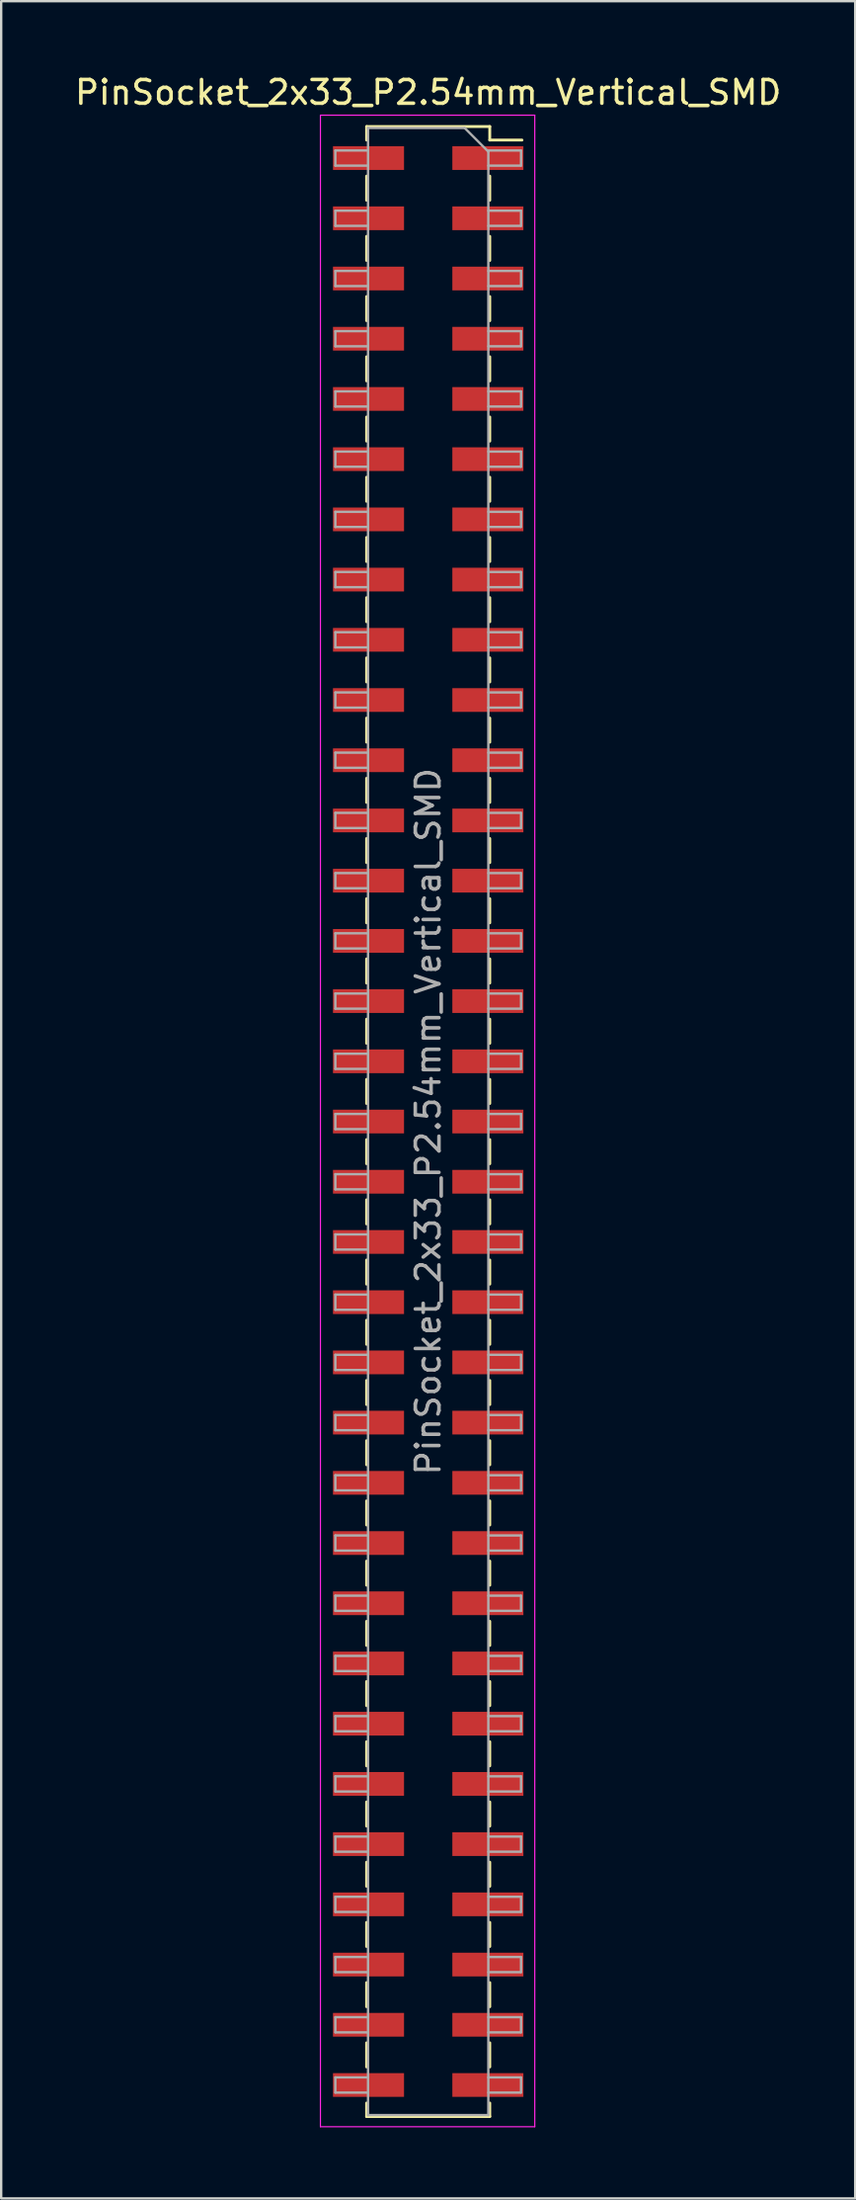
<source format=kicad_pcb>
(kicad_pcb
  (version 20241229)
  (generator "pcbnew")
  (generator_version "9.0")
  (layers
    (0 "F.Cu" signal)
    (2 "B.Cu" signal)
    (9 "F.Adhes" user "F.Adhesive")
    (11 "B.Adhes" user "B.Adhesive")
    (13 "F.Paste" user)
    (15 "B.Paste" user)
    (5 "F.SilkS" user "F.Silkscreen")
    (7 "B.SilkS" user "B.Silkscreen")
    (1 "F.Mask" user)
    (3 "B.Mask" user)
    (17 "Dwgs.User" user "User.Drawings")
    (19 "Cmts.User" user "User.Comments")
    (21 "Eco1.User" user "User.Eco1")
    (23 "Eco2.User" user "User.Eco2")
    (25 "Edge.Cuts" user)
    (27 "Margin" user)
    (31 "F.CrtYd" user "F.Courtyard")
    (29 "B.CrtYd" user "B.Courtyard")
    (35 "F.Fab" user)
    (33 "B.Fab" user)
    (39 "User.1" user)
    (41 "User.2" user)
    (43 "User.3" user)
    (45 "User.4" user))
  (footprint "PinSocket_2x33_P2.54mm_Vertical_SMD"
    (layer "F.Cu")
    (at 15.03 44.258)
    (property "Reference" "PinSocket_2x33_P2.54mm_Vertical_SMD" (at 0 -43.41 0) (layer "F.SilkS") (effects (font (size 1 1) (thickness 0.15))))
    (attr smd)
    (fp_line (start -2.6 -41.97) (end -2.6 -41.4) (stroke (width 0.12) (type solid)) (layer "F.SilkS"))
    (fp_line (start -2.6 -41.97) (end 2.6 -41.97) (stroke (width 0.12) (type solid)) (layer "F.SilkS"))
    (fp_line (start -2.6 -39.88) (end -2.6 -38.86) (stroke (width 0.12) (type solid)) (layer "F.SilkS"))
    (fp_line (start -2.6 -37.34) (end -2.6 -36.32) (stroke (width 0.12) (type solid)) (layer "F.SilkS"))
    (fp_line (start -2.6 -34.8) (end -2.6 -33.78) (stroke (width 0.12) (type solid)) (layer "F.SilkS"))
    (fp_line (start -2.6 -32.26) (end -2.6 -31.24) (stroke (width 0.12) (type solid)) (layer "F.SilkS"))
    (fp_line (start -2.6 -29.72) (end -2.6 -28.7) (stroke (width 0.12) (type solid)) (layer "F.SilkS"))
    (fp_line (start -2.6 -27.18) (end -2.6 -26.16) (stroke (width 0.12) (type solid)) (layer "F.SilkS"))
    (fp_line (start -2.6 -24.64) (end -2.6 -23.62) (stroke (width 0.12) (type solid)) (layer "F.SilkS"))
    (fp_line (start -2.6 -22.1) (end -2.6 -21.08) (stroke (width 0.12) (type solid)) (layer "F.SilkS"))
    (fp_line (start -2.6 -19.56) (end -2.6 -18.54) (stroke (width 0.12) (type solid)) (layer "F.SilkS"))
    (fp_line (start -2.6 -17.02) (end -2.6 -16) (stroke (width 0.12) (type solid)) (layer "F.SilkS"))
    (fp_line (start -2.6 -14.48) (end -2.6 -13.46) (stroke (width 0.12) (type solid)) (layer "F.SilkS"))
    (fp_line (start -2.6 -11.94) (end -2.6 -10.92) (stroke (width 0.12) (type solid)) (layer "F.SilkS"))
    (fp_line (start -2.6 -9.4) (end -2.6 -8.38) (stroke (width 0.12) (type solid)) (layer "F.SilkS"))
    (fp_line (start -2.6 -6.86) (end -2.6 -5.84) (stroke (width 0.12) (type solid)) (layer "F.SilkS"))
    (fp_line (start -2.6 -4.32) (end -2.6 -3.3) (stroke (width 0.12) (type solid)) (layer "F.SilkS"))
    (fp_line (start -2.6 -1.78) (end -2.6 -0.76) (stroke (width 0.12) (type solid)) (layer "F.SilkS"))
    (fp_line (start -2.6 0.76) (end -2.6 1.78) (stroke (width 0.12) (type solid)) (layer "F.SilkS"))
    (fp_line (start -2.6 3.3) (end -2.6 4.32) (stroke (width 0.12) (type solid)) (layer "F.SilkS"))
    (fp_line (start -2.6 5.84) (end -2.6 6.86) (stroke (width 0.12) (type solid)) (layer "F.SilkS"))
    (fp_line (start -2.6 8.38) (end -2.6 9.4) (stroke (width 0.12) (type solid)) (layer "F.SilkS"))
    (fp_line (start -2.6 10.92) (end -2.6 11.94) (stroke (width 0.12) (type solid)) (layer "F.SilkS"))
    (fp_line (start -2.6 13.46) (end -2.6 14.48) (stroke (width 0.12) (type solid)) (layer "F.SilkS"))
    (fp_line (start -2.6 16) (end -2.6 17.02) (stroke (width 0.12) (type solid)) (layer "F.SilkS"))
    (fp_line (start -2.6 18.54) (end -2.6 19.56) (stroke (width 0.12) (type solid)) (layer "F.SilkS"))
    (fp_line (start -2.6 21.08) (end -2.6 22.1) (stroke (width 0.12) (type solid)) (layer "F.SilkS"))
    (fp_line (start -2.6 23.62) (end -2.6 24.64) (stroke (width 0.12) (type solid)) (layer "F.SilkS"))
    (fp_line (start -2.6 26.16) (end -2.6 27.18) (stroke (width 0.12) (type solid)) (layer "F.SilkS"))
    (fp_line (start -2.6 28.7) (end -2.6 29.72) (stroke (width 0.12) (type solid)) (layer "F.SilkS"))
    (fp_line (start -2.6 31.24) (end -2.6 32.26) (stroke (width 0.12) (type solid)) (layer "F.SilkS"))
    (fp_line (start -2.6 33.78) (end -2.6 34.8) (stroke (width 0.12) (type solid)) (layer "F.SilkS"))
    (fp_line (start -2.6 36.32) (end -2.6 37.34) (stroke (width 0.12) (type solid)) (layer "F.SilkS"))
    (fp_line (start -2.6 38.86) (end -2.6 39.88) (stroke (width 0.12) (type solid)) (layer "F.SilkS"))
    (fp_line (start -2.6 41.4) (end -2.6 41.97) (stroke (width 0.12) (type solid)) (layer "F.SilkS"))
    (fp_line (start -2.6 41.97) (end 2.6 41.97) (stroke (width 0.12) (type solid)) (layer "F.SilkS"))
    (fp_line (start 2.6 -41.97) (end 2.6 -41.4) (stroke (width 0.12) (type solid)) (layer "F.SilkS"))
    (fp_line (start 2.6 -41.4) (end 3.96 -41.4) (stroke (width 0.12) (type solid)) (layer "F.SilkS"))
    (fp_line (start 2.6 -39.88) (end 2.6 -38.86) (stroke (width 0.12) (type solid)) (layer "F.SilkS"))
    (fp_line (start 2.6 -37.34) (end 2.6 -36.32) (stroke (width 0.12) (type solid)) (layer "F.SilkS"))
    (fp_line (start 2.6 -34.8) (end 2.6 -33.78) (stroke (width 0.12) (type solid)) (layer "F.SilkS"))
    (fp_line (start 2.6 -32.26) (end 2.6 -31.24) (stroke (width 0.12) (type solid)) (layer "F.SilkS"))
    (fp_line (start 2.6 -29.72) (end 2.6 -28.7) (stroke (width 0.12) (type solid)) (layer "F.SilkS"))
    (fp_line (start 2.6 -27.18) (end 2.6 -26.16) (stroke (width 0.12) (type solid)) (layer "F.SilkS"))
    (fp_line (start 2.6 -24.64) (end 2.6 -23.62) (stroke (width 0.12) (type solid)) (layer "F.SilkS"))
    (fp_line (start 2.6 -22.1) (end 2.6 -21.08) (stroke (width 0.12) (type solid)) (layer "F.SilkS"))
    (fp_line (start 2.6 -19.56) (end 2.6 -18.54) (stroke (width 0.12) (type solid)) (layer "F.SilkS"))
    (fp_line (start 2.6 -17.02) (end 2.6 -16) (stroke (width 0.12) (type solid)) (layer "F.SilkS"))
    (fp_line (start 2.6 -14.48) (end 2.6 -13.46) (stroke (width 0.12) (type solid)) (layer "F.SilkS"))
    (fp_line (start 2.6 -11.94) (end 2.6 -10.92) (stroke (width 0.12) (type solid)) (layer "F.SilkS"))
    (fp_line (start 2.6 -9.4) (end 2.6 -8.38) (stroke (width 0.12) (type solid)) (layer "F.SilkS"))
    (fp_line (start 2.6 -6.86) (end 2.6 -5.84) (stroke (width 0.12) (type solid)) (layer "F.SilkS"))
    (fp_line (start 2.6 -4.32) (end 2.6 -3.3) (stroke (width 0.12) (type solid)) (layer "F.SilkS"))
    (fp_line (start 2.6 -1.78) (end 2.6 -0.76) (stroke (width 0.12) (type solid)) (layer "F.SilkS"))
    (fp_line (start 2.6 0.76) (end 2.6 1.78) (stroke (width 0.12) (type solid)) (layer "F.SilkS"))
    (fp_line (start 2.6 3.3) (end 2.6 4.32) (stroke (width 0.12) (type solid)) (layer "F.SilkS"))
    (fp_line (start 2.6 5.84) (end 2.6 6.86) (stroke (width 0.12) (type solid)) (layer "F.SilkS"))
    (fp_line (start 2.6 8.38) (end 2.6 9.4) (stroke (width 0.12) (type solid)) (layer "F.SilkS"))
    (fp_line (start 2.6 10.92) (end 2.6 11.94) (stroke (width 0.12) (type solid)) (layer "F.SilkS"))
    (fp_line (start 2.6 13.46) (end 2.6 14.48) (stroke (width 0.12) (type solid)) (layer "F.SilkS"))
    (fp_line (start 2.6 16) (end 2.6 17.02) (stroke (width 0.12) (type solid)) (layer "F.SilkS"))
    (fp_line (start 2.6 18.54) (end 2.6 19.56) (stroke (width 0.12) (type solid)) (layer "F.SilkS"))
    (fp_line (start 2.6 21.08) (end 2.6 22.1) (stroke (width 0.12) (type solid)) (layer "F.SilkS"))
    (fp_line (start 2.6 23.62) (end 2.6 24.64) (stroke (width 0.12) (type solid)) (layer "F.SilkS"))
    (fp_line (start 2.6 26.16) (end 2.6 27.18) (stroke (width 0.12) (type solid)) (layer "F.SilkS"))
    (fp_line (start 2.6 28.7) (end 2.6 29.72) (stroke (width 0.12) (type solid)) (layer "F.SilkS"))
    (fp_line (start 2.6 31.24) (end 2.6 32.26) (stroke (width 0.12) (type solid)) (layer "F.SilkS"))
    (fp_line (start 2.6 33.78) (end 2.6 34.8) (stroke (width 0.12) (type solid)) (layer "F.SilkS"))
    (fp_line (start 2.6 36.32) (end 2.6 37.34) (stroke (width 0.12) (type solid)) (layer "F.SilkS"))
    (fp_line (start 2.6 38.86) (end 2.6 39.88) (stroke (width 0.12) (type solid)) (layer "F.SilkS"))
    (fp_line (start 2.6 41.4) (end 2.6 41.97) (stroke (width 0.12) (type solid)) (layer "F.SilkS"))
    (fp_line (start -4.55 -42.45) (end 4.5 -42.45) (stroke (width 0.05) (type solid)) (layer "F.CrtYd"))
    (fp_line (start -4.55 42.4) (end -4.55 -42.45) (stroke (width 0.05) (type solid)) (layer "F.CrtYd"))
    (fp_line (start 4.5 -42.45) (end 4.5 42.4) (stroke (width 0.05) (type solid)) (layer "F.CrtYd"))
    (fp_line (start 4.5 42.4) (end -4.55 42.4) (stroke (width 0.05) (type solid)) (layer "F.CrtYd"))
    (fp_line (start -3.92 -40.96) (end -2.54 -40.96) (stroke (width 0.1) (type solid)) (layer "F.Fab"))
    (fp_line (start -3.92 -40.32) (end -3.92 -40.96) (stroke (width 0.1) (type solid)) (layer "F.Fab"))
    (fp_line (start -3.92 -38.42) (end -2.54 -38.42) (stroke (width 0.1) (type solid)) (layer "F.Fab"))
    (fp_line (start -3.92 -37.78) (end -3.92 -38.42) (stroke (width 0.1) (type solid)) (layer "F.Fab"))
    (fp_line (start -3.92 -35.88) (end -2.54 -35.88) (stroke (width 0.1) (type solid)) (layer "F.Fab"))
    (fp_line (start -3.92 -35.24) (end -3.92 -35.88) (stroke (width 0.1) (type solid)) (layer "F.Fab"))
    (fp_line (start -3.92 -33.34) (end -2.54 -33.34) (stroke (width 0.1) (type solid)) (layer "F.Fab"))
    (fp_line (start -3.92 -32.7) (end -3.92 -33.34) (stroke (width 0.1) (type solid)) (layer "F.Fab"))
    (fp_line (start -3.92 -30.8) (end -2.54 -30.8) (stroke (width 0.1) (type solid)) (layer "F.Fab"))
    (fp_line (start -3.92 -30.16) (end -3.92 -30.8) (stroke (width 0.1) (type solid)) (layer "F.Fab"))
    (fp_line (start -3.92 -28.26) (end -2.54 -28.26) (stroke (width 0.1) (type solid)) (layer "F.Fab"))
    (fp_line (start -3.92 -27.62) (end -3.92 -28.26) (stroke (width 0.1) (type solid)) (layer "F.Fab"))
    (fp_line (start -3.92 -25.72) (end -2.54 -25.72) (stroke (width 0.1) (type solid)) (layer "F.Fab"))
    (fp_line (start -3.92 -25.08) (end -3.92 -25.72) (stroke (width 0.1) (type solid)) (layer "F.Fab"))
    (fp_line (start -3.92 -23.18) (end -2.54 -23.18) (stroke (width 0.1) (type solid)) (layer "F.Fab"))
    (fp_line (start -3.92 -22.54) (end -3.92 -23.18) (stroke (width 0.1) (type solid)) (layer "F.Fab"))
    (fp_line (start -3.92 -20.64) (end -2.54 -20.64) (stroke (width 0.1) (type solid)) (layer "F.Fab"))
    (fp_line (start -3.92 -20) (end -3.92 -20.64) (stroke (width 0.1) (type solid)) (layer "F.Fab"))
    (fp_line (start -3.92 -18.1) (end -2.54 -18.1) (stroke (width 0.1) (type solid)) (layer "F.Fab"))
    (fp_line (start -3.92 -17.46) (end -3.92 -18.1) (stroke (width 0.1) (type solid)) (layer "F.Fab"))
    (fp_line (start -3.92 -15.56) (end -2.54 -15.56) (stroke (width 0.1) (type solid)) (layer "F.Fab"))
    (fp_line (start -3.92 -14.92) (end -3.92 -15.56) (stroke (width 0.1) (type solid)) (layer "F.Fab"))
    (fp_line (start -3.92 -13.02) (end -2.54 -13.02) (stroke (width 0.1) (type solid)) (layer "F.Fab"))
    (fp_line (start -3.92 -12.38) (end -3.92 -13.02) (stroke (width 0.1) (type solid)) (layer "F.Fab"))
    (fp_line (start -3.92 -10.48) (end -2.54 -10.48) (stroke (width 0.1) (type solid)) (layer "F.Fab"))
    (fp_line (start -3.92 -9.84) (end -3.92 -10.48) (stroke (width 0.1) (type solid)) (layer "F.Fab"))
    (fp_line (start -3.92 -7.94) (end -2.54 -7.94) (stroke (width 0.1) (type solid)) (layer "F.Fab"))
    (fp_line (start -3.92 -7.3) (end -3.92 -7.94) (stroke (width 0.1) (type solid)) (layer "F.Fab"))
    (fp_line (start -3.92 -5.4) (end -2.54 -5.4) (stroke (width 0.1) (type solid)) (layer "F.Fab"))
    (fp_line (start -3.92 -4.76) (end -3.92 -5.4) (stroke (width 0.1) (type solid)) (layer "F.Fab"))
    (fp_line (start -3.92 -2.86) (end -2.54 -2.86) (stroke (width 0.1) (type solid)) (layer "F.Fab"))
    (fp_line (start -3.92 -2.22) (end -3.92 -2.86) (stroke (width 0.1) (type solid)) (layer "F.Fab"))
    (fp_line (start -3.92 -0.32) (end -2.54 -0.32) (stroke (width 0.1) (type solid)) (layer "F.Fab"))
    (fp_line (start -3.92 0.32) (end -3.92 -0.32) (stroke (width 0.1) (type solid)) (layer "F.Fab"))
    (fp_line (start -3.92 2.22) (end -2.54 2.22) (stroke (width 0.1) (type solid)) (layer "F.Fab"))
    (fp_line (start -3.92 2.86) (end -3.92 2.22) (stroke (width 0.1) (type solid)) (layer "F.Fab"))
    (fp_line (start -3.92 4.76) (end -2.54 4.76) (stroke (width 0.1) (type solid)) (layer "F.Fab"))
    (fp_line (start -3.92 5.4) (end -3.92 4.76) (stroke (width 0.1) (type solid)) (layer "F.Fab"))
    (fp_line (start -3.92 7.3) (end -2.54 7.3) (stroke (width 0.1) (type solid)) (layer "F.Fab"))
    (fp_line (start -3.92 7.94) (end -3.92 7.3) (stroke (width 0.1) (type solid)) (layer "F.Fab"))
    (fp_line (start -3.92 9.84) (end -2.54 9.84) (stroke (width 0.1) (type solid)) (layer "F.Fab"))
    (fp_line (start -3.92 10.48) (end -3.92 9.84) (stroke (width 0.1) (type solid)) (layer "F.Fab"))
    (fp_line (start -3.92 12.38) (end -2.54 12.38) (stroke (width 0.1) (type solid)) (layer "F.Fab"))
    (fp_line (start -3.92 13.02) (end -3.92 12.38) (stroke (width 0.1) (type solid)) (layer "F.Fab"))
    (fp_line (start -3.92 14.92) (end -2.54 14.92) (stroke (width 0.1) (type solid)) (layer "F.Fab"))
    (fp_line (start -3.92 15.56) (end -3.92 14.92) (stroke (width 0.1) (type solid)) (layer "F.Fab"))
    (fp_line (start -3.92 17.46) (end -2.54 17.46) (stroke (width 0.1) (type solid)) (layer "F.Fab"))
    (fp_line (start -3.92 18.1) (end -3.92 17.46) (stroke (width 0.1) (type solid)) (layer "F.Fab"))
    (fp_line (start -3.92 20) (end -2.54 20) (stroke (width 0.1) (type solid)) (layer "F.Fab"))
    (fp_line (start -3.92 20.64) (end -3.92 20) (stroke (width 0.1) (type solid)) (layer "F.Fab"))
    (fp_line (start -3.92 22.54) (end -2.54 22.54) (stroke (width 0.1) (type solid)) (layer "F.Fab"))
    (fp_line (start -3.92 23.18) (end -3.92 22.54) (stroke (width 0.1) (type solid)) (layer "F.Fab"))
    (fp_line (start -3.92 25.08) (end -2.54 25.08) (stroke (width 0.1) (type solid)) (layer "F.Fab"))
    (fp_line (start -3.92 25.72) (end -3.92 25.08) (stroke (width 0.1) (type solid)) (layer "F.Fab"))
    (fp_line (start -3.92 27.62) (end -2.54 27.62) (stroke (width 0.1) (type solid)) (layer "F.Fab"))
    (fp_line (start -3.92 28.26) (end -3.92 27.62) (stroke (width 0.1) (type solid)) (layer "F.Fab"))
    (fp_line (start -3.92 30.16) (end -2.54 30.16) (stroke (width 0.1) (type solid)) (layer "F.Fab"))
    (fp_line (start -3.92 30.8) (end -3.92 30.16) (stroke (width 0.1) (type solid)) (layer "F.Fab"))
    (fp_line (start -3.92 32.7) (end -2.54 32.7) (stroke (width 0.1) (type solid)) (layer "F.Fab"))
    (fp_line (start -3.92 33.34) (end -3.92 32.7) (stroke (width 0.1) (type solid)) (layer "F.Fab"))
    (fp_line (start -3.92 35.24) (end -2.54 35.24) (stroke (width 0.1) (type solid)) (layer "F.Fab"))
    (fp_line (start -3.92 35.88) (end -3.92 35.24) (stroke (width 0.1) (type solid)) (layer "F.Fab"))
    (fp_line (start -3.92 37.78) (end -2.54 37.78) (stroke (width 0.1) (type solid)) (layer "F.Fab"))
    (fp_line (start -3.92 38.42) (end -3.92 37.78) (stroke (width 0.1) (type solid)) (layer "F.Fab"))
    (fp_line (start -3.92 40.32) (end -2.54 40.32) (stroke (width 0.1) (type solid)) (layer "F.Fab"))
    (fp_line (start -3.92 40.96) (end -3.92 40.32) (stroke (width 0.1) (type solid)) (layer "F.Fab"))
    (fp_line (start -2.54 -41.91) (end 1.54 -41.91) (stroke (width 0.1) (type solid)) (layer "F.Fab"))
    (fp_line (start -2.54 -40.32) (end -3.92 -40.32) (stroke (width 0.1) (type solid)) (layer "F.Fab"))
    (fp_line (start -2.54 -37.78) (end -3.92 -37.78) (stroke (width 0.1) (type solid)) (layer "F.Fab"))
    (fp_line (start -2.54 -35.24) (end -3.92 -35.24) (stroke (width 0.1) (type solid)) (layer "F.Fab"))
    (fp_line (start -2.54 -32.7) (end -3.92 -32.7) (stroke (width 0.1) (type solid)) (layer "F.Fab"))
    (fp_line (start -2.54 -30.16) (end -3.92 -30.16) (stroke (width 0.1) (type solid)) (layer "F.Fab"))
    (fp_line (start -2.54 -27.62) (end -3.92 -27.62) (stroke (width 0.1) (type solid)) (layer "F.Fab"))
    (fp_line (start -2.54 -25.08) (end -3.92 -25.08) (stroke (width 0.1) (type solid)) (layer "F.Fab"))
    (fp_line (start -2.54 -22.54) (end -3.92 -22.54) (stroke (width 0.1) (type solid)) (layer "F.Fab"))
    (fp_line (start -2.54 -20) (end -3.92 -20) (stroke (width 0.1) (type solid)) (layer "F.Fab"))
    (fp_line (start -2.54 -17.46) (end -3.92 -17.46) (stroke (width 0.1) (type solid)) (layer "F.Fab"))
    (fp_line (start -2.54 -14.92) (end -3.92 -14.92) (stroke (width 0.1) (type solid)) (layer "F.Fab"))
    (fp_line (start -2.54 -12.38) (end -3.92 -12.38) (stroke (width 0.1) (type solid)) (layer "F.Fab"))
    (fp_line (start -2.54 -9.84) (end -3.92 -9.84) (stroke (width 0.1) (type solid)) (layer "F.Fab"))
    (fp_line (start -2.54 -7.3) (end -3.92 -7.3) (stroke (width 0.1) (type solid)) (layer "F.Fab"))
    (fp_line (start -2.54 -4.76) (end -3.92 -4.76) (stroke (width 0.1) (type solid)) (layer "F.Fab"))
    (fp_line (start -2.54 -2.22) (end -3.92 -2.22) (stroke (width 0.1) (type solid)) (layer "F.Fab"))
    (fp_line (start -2.54 0.32) (end -3.92 0.32) (stroke (width 0.1) (type solid)) (layer "F.Fab"))
    (fp_line (start -2.54 2.86) (end -3.92 2.86) (stroke (width 0.1) (type solid)) (layer "F.Fab"))
    (fp_line (start -2.54 5.4) (end -3.92 5.4) (stroke (width 0.1) (type solid)) (layer "F.Fab"))
    (fp_line (start -2.54 7.94) (end -3.92 7.94) (stroke (width 0.1) (type solid)) (layer "F.Fab"))
    (fp_line (start -2.54 10.48) (end -3.92 10.48) (stroke (width 0.1) (type solid)) (layer "F.Fab"))
    (fp_line (start -2.54 13.02) (end -3.92 13.02) (stroke (width 0.1) (type solid)) (layer "F.Fab"))
    (fp_line (start -2.54 15.56) (end -3.92 15.56) (stroke (width 0.1) (type solid)) (layer "F.Fab"))
    (fp_line (start -2.54 18.1) (end -3.92 18.1) (stroke (width 0.1) (type solid)) (layer "F.Fab"))
    (fp_line (start -2.54 20.64) (end -3.92 20.64) (stroke (width 0.1) (type solid)) (layer "F.Fab"))
    (fp_line (start -2.54 23.18) (end -3.92 23.18) (stroke (width 0.1) (type solid)) (layer "F.Fab"))
    (fp_line (start -2.54 25.72) (end -3.92 25.72) (stroke (width 0.1) (type solid)) (layer "F.Fab"))
    (fp_line (start -2.54 28.26) (end -3.92 28.26) (stroke (width 0.1) (type solid)) (layer "F.Fab"))
    (fp_line (start -2.54 30.8) (end -3.92 30.8) (stroke (width 0.1) (type solid)) (layer "F.Fab"))
    (fp_line (start -2.54 33.34) (end -3.92 33.34) (stroke (width 0.1) (type solid)) (layer "F.Fab"))
    (fp_line (start -2.54 35.88) (end -3.92 35.88) (stroke (width 0.1) (type solid)) (layer "F.Fab"))
    (fp_line (start -2.54 38.42) (end -3.92 38.42) (stroke (width 0.1) (type solid)) (layer "F.Fab"))
    (fp_line (start -2.54 40.96) (end -3.92 40.96) (stroke (width 0.1) (type solid)) (layer "F.Fab"))
    (fp_line (start -2.54 41.91) (end -2.54 -41.91) (stroke (width 0.1) (type solid)) (layer "F.Fab"))
    (fp_line (start 1.54 -41.91) (end 2.54 -40.91) (stroke (width 0.1) (type solid)) (layer "F.Fab"))
    (fp_line (start 2.54 -40.96) (end 3.92 -40.96) (stroke (width 0.1) (type solid)) (layer "F.Fab"))
    (fp_line (start 2.54 -40.91) (end 2.54 41.91) (stroke (width 0.1) (type solid)) (layer "F.Fab"))
    (fp_line (start 2.54 -38.42) (end 3.92 -38.42) (stroke (width 0.1) (type solid)) (layer "F.Fab"))
    (fp_line (start 2.54 -35.88) (end 3.92 -35.88) (stroke (width 0.1) (type solid)) (layer "F.Fab"))
    (fp_line (start 2.54 -33.34) (end 3.92 -33.34) (stroke (width 0.1) (type solid)) (layer "F.Fab"))
    (fp_line (start 2.54 -30.8) (end 3.92 -30.8) (stroke (width 0.1) (type solid)) (layer "F.Fab"))
    (fp_line (start 2.54 -28.26) (end 3.92 -28.26) (stroke (width 0.1) (type solid)) (layer "F.Fab"))
    (fp_line (start 2.54 -25.72) (end 3.92 -25.72) (stroke (width 0.1) (type solid)) (layer "F.Fab"))
    (fp_line (start 2.54 -23.18) (end 3.92 -23.18) (stroke (width 0.1) (type solid)) (layer "F.Fab"))
    (fp_line (start 2.54 -20.64) (end 3.92 -20.64) (stroke (width 0.1) (type solid)) (layer "F.Fab"))
    (fp_line (start 2.54 -18.1) (end 3.92 -18.1) (stroke (width 0.1) (type solid)) (layer "F.Fab"))
    (fp_line (start 2.54 -15.56) (end 3.92 -15.56) (stroke (width 0.1) (type solid)) (layer "F.Fab"))
    (fp_line (start 2.54 -13.02) (end 3.92 -13.02) (stroke (width 0.1) (type solid)) (layer "F.Fab"))
    (fp_line (start 2.54 -10.48) (end 3.92 -10.48) (stroke (width 0.1) (type solid)) (layer "F.Fab"))
    (fp_line (start 2.54 -7.94) (end 3.92 -7.94) (stroke (width 0.1) (type solid)) (layer "F.Fab"))
    (fp_line (start 2.54 -5.4) (end 3.92 -5.4) (stroke (width 0.1) (type solid)) (layer "F.Fab"))
    (fp_line (start 2.54 -2.86) (end 3.92 -2.86) (stroke (width 0.1) (type solid)) (layer "F.Fab"))
    (fp_line (start 2.54 -0.32) (end 3.92 -0.32) (stroke (width 0.1) (type solid)) (layer "F.Fab"))
    (fp_line (start 2.54 2.22) (end 3.92 2.22) (stroke (width 0.1) (type solid)) (layer "F.Fab"))
    (fp_line (start 2.54 4.76) (end 3.92 4.76) (stroke (width 0.1) (type solid)) (layer "F.Fab"))
    (fp_line (start 2.54 7.3) (end 3.92 7.3) (stroke (width 0.1) (type solid)) (layer "F.Fab"))
    (fp_line (start 2.54 9.84) (end 3.92 9.84) (stroke (width 0.1) (type solid)) (layer "F.Fab"))
    (fp_line (start 2.54 12.38) (end 3.92 12.38) (stroke (width 0.1) (type solid)) (layer "F.Fab"))
    (fp_line (start 2.54 14.92) (end 3.92 14.92) (stroke (width 0.1) (type solid)) (layer "F.Fab"))
    (fp_line (start 2.54 17.46) (end 3.92 17.46) (stroke (width 0.1) (type solid)) (layer "F.Fab"))
    (fp_line (start 2.54 20) (end 3.92 20) (stroke (width 0.1) (type solid)) (layer "F.Fab"))
    (fp_line (start 2.54 22.54) (end 3.92 22.54) (stroke (width 0.1) (type solid)) (layer "F.Fab"))
    (fp_line (start 2.54 25.08) (end 3.92 25.08) (stroke (width 0.1) (type solid)) (layer "F.Fab"))
    (fp_line (start 2.54 27.62) (end 3.92 27.62) (stroke (width 0.1) (type solid)) (layer "F.Fab"))
    (fp_line (start 2.54 30.16) (end 3.92 30.16) (stroke (width 0.1) (type solid)) (layer "F.Fab"))
    (fp_line (start 2.54 32.7) (end 3.92 32.7) (stroke (width 0.1) (type solid)) (layer "F.Fab"))
    (fp_line (start 2.54 35.24) (end 3.92 35.24) (stroke (width 0.1) (type solid)) (layer "F.Fab"))
    (fp_line (start 2.54 37.78) (end 3.92 37.78) (stroke (width 0.1) (type solid)) (layer "F.Fab"))
    (fp_line (start 2.54 40.32) (end 3.92 40.32) (stroke (width 0.1) (type solid)) (layer "F.Fab"))
    (fp_line (start 2.54 41.91) (end -2.54 41.91) (stroke (width 0.1) (type solid)) (layer "F.Fab"))
    (fp_line (start 3.92 -40.96) (end 3.92 -40.32) (stroke (width 0.1) (type solid)) (layer "F.Fab"))
    (fp_line (start 3.92 -40.32) (end 2.54 -40.32) (stroke (width 0.1) (type solid)) (layer "F.Fab"))
    (fp_line (start 3.92 -38.42) (end 3.92 -37.78) (stroke (width 0.1) (type solid)) (layer "F.Fab"))
    (fp_line (start 3.92 -37.78) (end 2.54 -37.78) (stroke (width 0.1) (type solid)) (layer "F.Fab"))
    (fp_line (start 3.92 -35.88) (end 3.92 -35.24) (stroke (width 0.1) (type solid)) (layer "F.Fab"))
    (fp_line (start 3.92 -35.24) (end 2.54 -35.24) (stroke (width 0.1) (type solid)) (layer "F.Fab"))
    (fp_line (start 3.92 -33.34) (end 3.92 -32.7) (stroke (width 0.1) (type solid)) (layer "F.Fab"))
    (fp_line (start 3.92 -32.7) (end 2.54 -32.7) (stroke (width 0.1) (type solid)) (layer "F.Fab"))
    (fp_line (start 3.92 -30.8) (end 3.92 -30.16) (stroke (width 0.1) (type solid)) (layer "F.Fab"))
    (fp_line (start 3.92 -30.16) (end 2.54 -30.16) (stroke (width 0.1) (type solid)) (layer "F.Fab"))
    (fp_line (start 3.92 -28.26) (end 3.92 -27.62) (stroke (width 0.1) (type solid)) (layer "F.Fab"))
    (fp_line (start 3.92 -27.62) (end 2.54 -27.62) (stroke (width 0.1) (type solid)) (layer "F.Fab"))
    (fp_line (start 3.92 -25.72) (end 3.92 -25.08) (stroke (width 0.1) (type solid)) (layer "F.Fab"))
    (fp_line (start 3.92 -25.08) (end 2.54 -25.08) (stroke (width 0.1) (type solid)) (layer "F.Fab"))
    (fp_line (start 3.92 -23.18) (end 3.92 -22.54) (stroke (width 0.1) (type solid)) (layer "F.Fab"))
    (fp_line (start 3.92 -22.54) (end 2.54 -22.54) (stroke (width 0.1) (type solid)) (layer "F.Fab"))
    (fp_line (start 3.92 -20.64) (end 3.92 -20) (stroke (width 0.1) (type solid)) (layer "F.Fab"))
    (fp_line (start 3.92 -20) (end 2.54 -20) (stroke (width 0.1) (type solid)) (layer "F.Fab"))
    (fp_line (start 3.92 -18.1) (end 3.92 -17.46) (stroke (width 0.1) (type solid)) (layer "F.Fab"))
    (fp_line (start 3.92 -17.46) (end 2.54 -17.46) (stroke (width 0.1) (type solid)) (layer "F.Fab"))
    (fp_line (start 3.92 -15.56) (end 3.92 -14.92) (stroke (width 0.1) (type solid)) (layer "F.Fab"))
    (fp_line (start 3.92 -14.92) (end 2.54 -14.92) (stroke (width 0.1) (type solid)) (layer "F.Fab"))
    (fp_line (start 3.92 -13.02) (end 3.92 -12.38) (stroke (width 0.1) (type solid)) (layer "F.Fab"))
    (fp_line (start 3.92 -12.38) (end 2.54 -12.38) (stroke (width 0.1) (type solid)) (layer "F.Fab"))
    (fp_line (start 3.92 -10.48) (end 3.92 -9.84) (stroke (width 0.1) (type solid)) (layer "F.Fab"))
    (fp_line (start 3.92 -9.84) (end 2.54 -9.84) (stroke (width 0.1) (type solid)) (layer "F.Fab"))
    (fp_line (start 3.92 -7.94) (end 3.92 -7.3) (stroke (width 0.1) (type solid)) (layer "F.Fab"))
    (fp_line (start 3.92 -7.3) (end 2.54 -7.3) (stroke (width 0.1) (type solid)) (layer "F.Fab"))
    (fp_line (start 3.92 -5.4) (end 3.92 -4.76) (stroke (width 0.1) (type solid)) (layer "F.Fab"))
    (fp_line (start 3.92 -4.76) (end 2.54 -4.76) (stroke (width 0.1) (type solid)) (layer "F.Fab"))
    (fp_line (start 3.92 -2.86) (end 3.92 -2.22) (stroke (width 0.1) (type solid)) (layer "F.Fab"))
    (fp_line (start 3.92 -2.22) (end 2.54 -2.22) (stroke (width 0.1) (type solid)) (layer "F.Fab"))
    (fp_line (start 3.92 -0.32) (end 3.92 0.32) (stroke (width 0.1) (type solid)) (layer "F.Fab"))
    (fp_line (start 3.92 0.32) (end 2.54 0.32) (stroke (width 0.1) (type solid)) (layer "F.Fab"))
    (fp_line (start 3.92 2.22) (end 3.92 2.86) (stroke (width 0.1) (type solid)) (layer "F.Fab"))
    (fp_line (start 3.92 2.86) (end 2.54 2.86) (stroke (width 0.1) (type solid)) (layer "F.Fab"))
    (fp_line (start 3.92 4.76) (end 3.92 5.4) (stroke (width 0.1) (type solid)) (layer "F.Fab"))
    (fp_line (start 3.92 5.4) (end 2.54 5.4) (stroke (width 0.1) (type solid)) (layer "F.Fab"))
    (fp_line (start 3.92 7.3) (end 3.92 7.94) (stroke (width 0.1) (type solid)) (layer "F.Fab"))
    (fp_line (start 3.92 7.94) (end 2.54 7.94) (stroke (width 0.1) (type solid)) (layer "F.Fab"))
    (fp_line (start 3.92 9.84) (end 3.92 10.48) (stroke (width 0.1) (type solid)) (layer "F.Fab"))
    (fp_line (start 3.92 10.48) (end 2.54 10.48) (stroke (width 0.1) (type solid)) (layer "F.Fab"))
    (fp_line (start 3.92 12.38) (end 3.92 13.02) (stroke (width 0.1) (type solid)) (layer "F.Fab"))
    (fp_line (start 3.92 13.02) (end 2.54 13.02) (stroke (width 0.1) (type solid)) (layer "F.Fab"))
    (fp_line (start 3.92 14.92) (end 3.92 15.56) (stroke (width 0.1) (type solid)) (layer "F.Fab"))
    (fp_line (start 3.92 15.56) (end 2.54 15.56) (stroke (width 0.1) (type solid)) (layer "F.Fab"))
    (fp_line (start 3.92 17.46) (end 3.92 18.1) (stroke (width 0.1) (type solid)) (layer "F.Fab"))
    (fp_line (start 3.92 18.1) (end 2.54 18.1) (stroke (width 0.1) (type solid)) (layer "F.Fab"))
    (fp_line (start 3.92 20) (end 3.92 20.64) (stroke (width 0.1) (type solid)) (layer "F.Fab"))
    (fp_line (start 3.92 20.64) (end 2.54 20.64) (stroke (width 0.1) (type solid)) (layer "F.Fab"))
    (fp_line (start 3.92 22.54) (end 3.92 23.18) (stroke (width 0.1) (type solid)) (layer "F.Fab"))
    (fp_line (start 3.92 23.18) (end 2.54 23.18) (stroke (width 0.1) (type solid)) (layer "F.Fab"))
    (fp_line (start 3.92 25.08) (end 3.92 25.72) (stroke (width 0.1) (type solid)) (layer "F.Fab"))
    (fp_line (start 3.92 25.72) (end 2.54 25.72) (stroke (width 0.1) (type solid)) (layer "F.Fab"))
    (fp_line (start 3.92 27.62) (end 3.92 28.26) (stroke (width 0.1) (type solid)) (layer "F.Fab"))
    (fp_line (start 3.92 28.26) (end 2.54 28.26) (stroke (width 0.1) (type solid)) (layer "F.Fab"))
    (fp_line (start 3.92 30.16) (end 3.92 30.8) (stroke (width 0.1) (type solid)) (layer "F.Fab"))
    (fp_line (start 3.92 30.8) (end 2.54 30.8) (stroke (width 0.1) (type solid)) (layer "F.Fab"))
    (fp_line (start 3.92 32.7) (end 3.92 33.34) (stroke (width 0.1) (type solid)) (layer "F.Fab"))
    (fp_line (start 3.92 33.34) (end 2.54 33.34) (stroke (width 0.1) (type solid)) (layer "F.Fab"))
    (fp_line (start 3.92 35.24) (end 3.92 35.88) (stroke (width 0.1) (type solid)) (layer "F.Fab"))
    (fp_line (start 3.92 35.88) (end 2.54 35.88) (stroke (width 0.1) (type solid)) (layer "F.Fab"))
    (fp_line (start 3.92 37.78) (end 3.92 38.42) (stroke (width 0.1) (type solid)) (layer "F.Fab"))
    (fp_line (start 3.92 38.42) (end 2.54 38.42) (stroke (width 0.1) (type solid)) (layer "F.Fab"))
    (fp_line (start 3.92 40.32) (end 3.92 40.96) (stroke (width 0.1) (type solid)) (layer "F.Fab"))
    (fp_line (start 3.92 40.96) (end 2.54 40.96) (stroke (width 0.1) (type solid)) (layer "F.Fab"))
    (fp_text user "${REFERENCE}" (at 0 0 90) (layer "F.Fab") (effects (font (size 1 1) (thickness 0.15))))
    (pad "1" smd rect (at 2.52 -40.64) (size 3 1) (layers "F.Cu" "F.Mask" "F.Paste"))
    (pad "2" smd rect (at -2.52 -40.64) (size 3 1) (layers "F.Cu" "F.Mask" "F.Paste"))
    (pad "3" smd rect (at 2.52 -38.1) (size 3 1) (layers "F.Cu" "F.Mask" "F.Paste"))
    (pad "4" smd rect (at -2.52 -38.1) (size 3 1) (layers "F.Cu" "F.Mask" "F.Paste"))
    (pad "5" smd rect (at 2.52 -35.56) (size 3 1) (layers "F.Cu" "F.Mask" "F.Paste"))
    (pad "6" smd rect (at -2.52 -35.56) (size 3 1) (layers "F.Cu" "F.Mask" "F.Paste"))
    (pad "7" smd rect (at 2.52 -33.02) (size 3 1) (layers "F.Cu" "F.Mask" "F.Paste"))
    (pad "8" smd rect (at -2.52 -33.02) (size 3 1) (layers "F.Cu" "F.Mask" "F.Paste"))
    (pad "9" smd rect (at 2.52 -30.48) (size 3 1) (layers "F.Cu" "F.Mask" "F.Paste"))
    (pad "10" smd rect (at -2.52 -30.48) (size 3 1) (layers "F.Cu" "F.Mask" "F.Paste"))
    (pad "11" smd rect (at 2.52 -27.94) (size 3 1) (layers "F.Cu" "F.Mask" "F.Paste"))
    (pad "12" smd rect (at -2.52 -27.94) (size 3 1) (layers "F.Cu" "F.Mask" "F.Paste"))
    (pad "13" smd rect (at 2.52 -25.4) (size 3 1) (layers "F.Cu" "F.Mask" "F.Paste"))
    (pad "14" smd rect (at -2.52 -25.4) (size 3 1) (layers "F.Cu" "F.Mask" "F.Paste"))
    (pad "15" smd rect (at 2.52 -22.86) (size 3 1) (layers "F.Cu" "F.Mask" "F.Paste"))
    (pad "16" smd rect (at -2.52 -22.86) (size 3 1) (layers "F.Cu" "F.Mask" "F.Paste"))
    (pad "17" smd rect (at 2.52 -20.32) (size 3 1) (layers "F.Cu" "F.Mask" "F.Paste"))
    (pad "18" smd rect (at -2.52 -20.32) (size 3 1) (layers "F.Cu" "F.Mask" "F.Paste"))
    (pad "19" smd rect (at 2.52 -17.78) (size 3 1) (layers "F.Cu" "F.Mask" "F.Paste"))
    (pad "20" smd rect (at -2.52 -17.78) (size 3 1) (layers "F.Cu" "F.Mask" "F.Paste"))
    (pad "21" smd rect (at 2.52 -15.24) (size 3 1) (layers "F.Cu" "F.Mask" "F.Paste"))
    (pad "22" smd rect (at -2.52 -15.24) (size 3 1) (layers "F.Cu" "F.Mask" "F.Paste"))
    (pad "23" smd rect (at 2.52 -12.7) (size 3 1) (layers "F.Cu" "F.Mask" "F.Paste"))
    (pad "24" smd rect (at -2.52 -12.7) (size 3 1) (layers "F.Cu" "F.Mask" "F.Paste"))
    (pad "25" smd rect (at 2.52 -10.16) (size 3 1) (layers "F.Cu" "F.Mask" "F.Paste"))
    (pad "26" smd rect (at -2.52 -10.16) (size 3 1) (layers "F.Cu" "F.Mask" "F.Paste"))
    (pad "27" smd rect (at 2.52 -7.62) (size 3 1) (layers "F.Cu" "F.Mask" "F.Paste"))
    (pad "28" smd rect (at -2.52 -7.62) (size 3 1) (layers "F.Cu" "F.Mask" "F.Paste"))
    (pad "29" smd rect (at 2.52 -5.08) (size 3 1) (layers "F.Cu" "F.Mask" "F.Paste"))
    (pad "30" smd rect (at -2.52 -5.08) (size 3 1) (layers "F.Cu" "F.Mask" "F.Paste"))
    (pad "31" smd rect (at 2.52 -2.54) (size 3 1) (layers "F.Cu" "F.Mask" "F.Paste"))
    (pad "32" smd rect (at -2.52 -2.54) (size 3 1) (layers "F.Cu" "F.Mask" "F.Paste"))
    (pad "33" smd rect (at 2.52 0) (size 3 1) (layers "F.Cu" "F.Mask" "F.Paste"))
    (pad "34" smd rect (at -2.52 0) (size 3 1) (layers "F.Cu" "F.Mask" "F.Paste"))
    (pad "35" smd rect (at 2.52 2.54) (size 3 1) (layers "F.Cu" "F.Mask" "F.Paste"))
    (pad "36" smd rect (at -2.52 2.54) (size 3 1) (layers "F.Cu" "F.Mask" "F.Paste"))
    (pad "37" smd rect (at 2.52 5.08) (size 3 1) (layers "F.Cu" "F.Mask" "F.Paste"))
    (pad "38" smd rect (at -2.52 5.08) (size 3 1) (layers "F.Cu" "F.Mask" "F.Paste"))
    (pad "39" smd rect (at 2.52 7.62) (size 3 1) (layers "F.Cu" "F.Mask" "F.Paste"))
    (pad "40" smd rect (at -2.52 7.62) (size 3 1) (layers "F.Cu" "F.Mask" "F.Paste"))
    (pad "41" smd rect (at 2.52 10.16) (size 3 1) (layers "F.Cu" "F.Mask" "F.Paste"))
    (pad "42" smd rect (at -2.52 10.16) (size 3 1) (layers "F.Cu" "F.Mask" "F.Paste"))
    (pad "43" smd rect (at 2.52 12.7) (size 3 1) (layers "F.Cu" "F.Mask" "F.Paste"))
    (pad "44" smd rect (at -2.52 12.7) (size 3 1) (layers "F.Cu" "F.Mask" "F.Paste"))
    (pad "45" smd rect (at 2.52 15.24) (size 3 1) (layers "F.Cu" "F.Mask" "F.Paste"))
    (pad "46" smd rect (at -2.52 15.24) (size 3 1) (layers "F.Cu" "F.Mask" "F.Paste"))
    (pad "47" smd rect (at 2.52 17.78) (size 3 1) (layers "F.Cu" "F.Mask" "F.Paste"))
    (pad "48" smd rect (at -2.52 17.78) (size 3 1) (layers "F.Cu" "F.Mask" "F.Paste"))
    (pad "49" smd rect (at 2.52 20.32) (size 3 1) (layers "F.Cu" "F.Mask" "F.Paste"))
    (pad "50" smd rect (at -2.52 20.32) (size 3 1) (layers "F.Cu" "F.Mask" "F.Paste"))
    (pad "51" smd rect (at 2.52 22.86) (size 3 1) (layers "F.Cu" "F.Mask" "F.Paste"))
    (pad "52" smd rect (at -2.52 22.86) (size 3 1) (layers "F.Cu" "F.Mask" "F.Paste"))
    (pad "53" smd rect (at 2.52 25.4) (size 3 1) (layers "F.Cu" "F.Mask" "F.Paste"))
    (pad "54" smd rect (at -2.52 25.4) (size 3 1) (layers "F.Cu" "F.Mask" "F.Paste"))
    (pad "55" smd rect (at 2.52 27.94) (size 3 1) (layers "F.Cu" "F.Mask" "F.Paste"))
    (pad "56" smd rect (at -2.52 27.94) (size 3 1) (layers "F.Cu" "F.Mask" "F.Paste"))
    (pad "57" smd rect (at 2.52 30.48) (size 3 1) (layers "F.Cu" "F.Mask" "F.Paste"))
    (pad "58" smd rect (at -2.52 30.48) (size 3 1) (layers "F.Cu" "F.Mask" "F.Paste"))
    (pad "59" smd rect (at 2.52 33.02) (size 3 1) (layers "F.Cu" "F.Mask" "F.Paste"))
    (pad "60" smd rect (at -2.52 33.02) (size 3 1) (layers "F.Cu" "F.Mask" "F.Paste"))
    (pad "61" smd rect (at 2.52 35.56) (size 3 1) (layers "F.Cu" "F.Mask" "F.Paste"))
    (pad "62" smd rect (at -2.52 35.56) (size 3 1) (layers "F.Cu" "F.Mask" "F.Paste"))
    (pad "63" smd rect (at 2.52 38.1) (size 3 1) (layers "F.Cu" "F.Mask" "F.Paste"))
    (pad "64" smd rect (at -2.52 38.1) (size 3 1) (layers "F.Cu" "F.Mask" "F.Paste"))
    (pad "65" smd rect (at 2.52 40.64) (size 3 1) (layers "F.Cu" "F.Mask" "F.Paste"))
    (pad "66" smd rect (at -2.52 40.64) (size 3 1) (layers "F.Cu" "F.Mask" "F.Paste")))
  (gr_rect
    (start -3 -3)
    (end 33.06 89.683)
    (stroke (width 0.1) (type default))
    (fill no)
    (layer "Edge.Cuts")))
</source>
